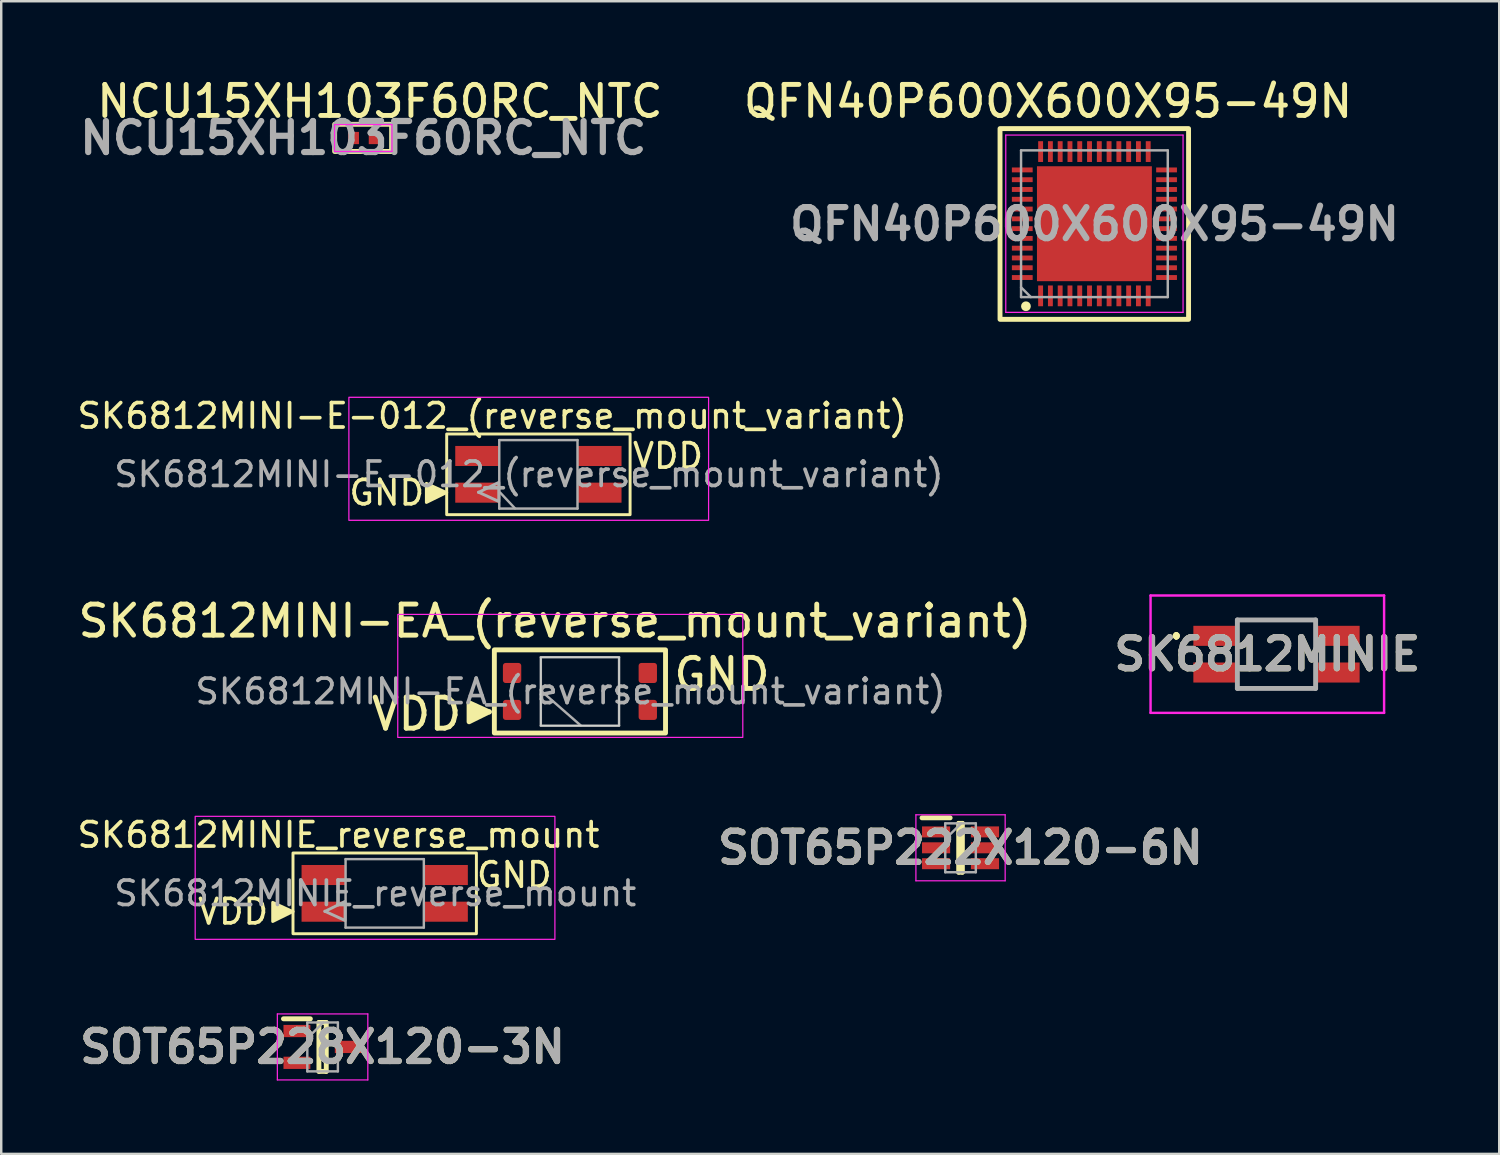
<source format=kicad_pcb>
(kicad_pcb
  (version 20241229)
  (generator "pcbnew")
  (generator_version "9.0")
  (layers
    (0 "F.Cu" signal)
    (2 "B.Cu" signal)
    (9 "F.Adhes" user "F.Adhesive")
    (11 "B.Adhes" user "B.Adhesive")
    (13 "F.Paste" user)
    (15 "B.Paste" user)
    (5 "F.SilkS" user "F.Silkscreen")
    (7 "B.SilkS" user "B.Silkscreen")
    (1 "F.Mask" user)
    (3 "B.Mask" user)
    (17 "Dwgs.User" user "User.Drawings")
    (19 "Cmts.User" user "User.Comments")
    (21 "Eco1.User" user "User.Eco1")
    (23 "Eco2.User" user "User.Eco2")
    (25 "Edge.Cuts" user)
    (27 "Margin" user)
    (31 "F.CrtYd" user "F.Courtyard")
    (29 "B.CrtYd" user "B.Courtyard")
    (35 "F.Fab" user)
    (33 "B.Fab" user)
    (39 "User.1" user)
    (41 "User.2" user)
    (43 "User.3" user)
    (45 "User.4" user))
  (footprint "SOT65P222X120-6N"
    (layer "F.Cu")
    (at 36.23 31.62)
    (property "Reference" "SOT65P222X120-6N" (at 0 0 0) (layer "F.SilkS") (effects (font (size 1.27 1.27) (thickness 0.254))))
    (attr smd)
    (fp_line (start -1.575 -1.225) (end -0.425 -1.225) (stroke (width 0.2) (type solid)) (layer "F.SilkS"))
    (fp_line (start -0.075 -1) (end 0.075 -1) (stroke (width 0.2) (type solid)) (layer "F.SilkS"))
    (fp_line (start -0.075 1) (end -0.075 -1) (stroke (width 0.2) (type solid)) (layer "F.SilkS"))
    (fp_line (start 0.075 -1) (end 0.075 1) (stroke (width 0.2) (type solid)) (layer "F.SilkS"))
    (fp_line (start 0.075 1) (end -0.075 1) (stroke (width 0.2) (type solid)) (layer "F.SilkS"))
    (fp_line (start -1.825 -1.35) (end 1.825 -1.35) (stroke (width 0.05) (type solid)) (layer "F.CrtYd"))
    (fp_line (start -1.825 1.35) (end -1.825 -1.35) (stroke (width 0.05) (type solid)) (layer "F.CrtYd"))
    (fp_line (start 1.825 -1.35) (end 1.825 1.35) (stroke (width 0.05) (type solid)) (layer "F.CrtYd"))
    (fp_line (start 1.825 1.35) (end -1.825 1.35) (stroke (width 0.05) (type solid)) (layer "F.CrtYd"))
    (fp_line (start -0.625 -1) (end 0.625 -1) (stroke (width 0.1) (type solid)) (layer "F.Fab"))
    (fp_line (start -0.625 -0.35) (end 0.025 -1) (stroke (width 0.1) (type solid)) (layer "F.Fab"))
    (fp_line (start -0.625 1) (end -0.625 -1) (stroke (width 0.1) (type solid)) (layer "F.Fab"))
    (fp_line (start 0.625 -1) (end 0.625 1) (stroke (width 0.1) (type solid)) (layer "F.Fab"))
    (fp_line (start 0.625 1) (end -0.625 1) (stroke (width 0.1) (type solid)) (layer "F.Fab"))
    (fp_text user "${REFERENCE}" (at 0 0 0) (layer "F.Fab") (effects (font (size 1.27 1.27) (thickness 0.254))))
    (pad "1" smd rect (at -1 -0.65 90) (size 0.45 1.15) (layers "F.Cu" "F.Mask" "F.Paste"))
    (pad "2" smd rect (at -1 0 90) (size 0.45 1.15) (layers "F.Cu" "F.Mask" "F.Paste"))
    (pad "3" smd rect (at -1 0.65 90) (size 0.45 1.15) (layers "F.Cu" "F.Mask" "F.Paste"))
    (pad "4" smd rect (at 1 0.65 90) (size 0.45 1.15) (layers "F.Cu" "F.Mask" "F.Paste"))
    (pad "5" smd rect (at 1 0 90) (size 0.45 1.15) (layers "F.Cu" "F.Mask" "F.Paste"))
    (pad "6" smd rect (at 1 -0.65 90) (size 0.45 1.15) (layers "F.Cu" "F.Mask" "F.Paste")))
  (footprint "SOT65P228X120-3N"
    (layer "F.Cu")
    (at 10.142 39.763)
    (property "Reference" "SOT65P228X120-3N" (at 0 0 0) (layer "F.SilkS") (effects (font (size 1.27 1.27) (thickness 0.254))))
    (attr smd)
    (fp_line (start -1.6 -1.15) (end -0.5 -1.15) (stroke (width 0.2) (type solid)) (layer "F.SilkS"))
    (fp_line (start -0.15 -1) (end 0.15 -1) (stroke (width 0.2) (type solid)) (layer "F.SilkS"))
    (fp_line (start -0.15 1) (end -0.15 -1) (stroke (width 0.2) (type solid)) (layer "F.SilkS"))
    (fp_line (start 0.15 -1) (end 0.15 1) (stroke (width 0.2) (type solid)) (layer "F.SilkS"))
    (fp_line (start 0.15 1) (end -0.15 1) (stroke (width 0.2) (type solid)) (layer "F.SilkS"))
    (fp_line (start -1.85 -1.35) (end 1.85 -1.35) (stroke (width 0.05) (type solid)) (layer "F.CrtYd"))
    (fp_line (start -1.85 1.35) (end -1.85 -1.35) (stroke (width 0.05) (type solid)) (layer "F.CrtYd"))
    (fp_line (start 1.85 -1.35) (end 1.85 1.35) (stroke (width 0.05) (type solid)) (layer "F.CrtYd"))
    (fp_line (start 1.85 1.35) (end -1.85 1.35) (stroke (width 0.05) (type solid)) (layer "F.CrtYd"))
    (fp_line (start -0.625 -1) (end 0.625 -1) (stroke (width 0.1) (type solid)) (layer "F.Fab"))
    (fp_line (start -0.625 -0.35) (end 0.025 -1) (stroke (width 0.1) (type solid)) (layer "F.Fab"))
    (fp_line (start -0.625 1) (end -0.625 -1) (stroke (width 0.1) (type solid)) (layer "F.Fab"))
    (fp_line (start 0.625 -1) (end 0.625 1) (stroke (width 0.1) (type solid)) (layer "F.Fab"))
    (fp_line (start 0.625 1) (end -0.625 1) (stroke (width 0.1) (type solid)) (layer "F.Fab"))
    (fp_text user "${REFERENCE}" (at 0 0 0) (layer "F.Fab") (effects (font (size 1.27 1.27) (thickness 0.254))))
    (pad "1" smd rect (at -1.05 -0.65 90) (size 0.5 1.1) (layers "F.Cu" "F.Mask" "F.Paste"))
    (pad "2" smd rect (at -1.05 0.65 90) (size 0.5 1.1) (layers "F.Cu" "F.Mask" "F.Paste"))
    (pad "3" smd rect (at 1.05 0 90) (size 0.5 1.1) (layers "F.Cu" "F.Mask" "F.Paste")))
  (footprint "QFN40P600X600X95-49N"
    (layer "F.Cu")
    (at 41.71 6.114)
    (property "Reference" "QFN40P600X600X95-49N" (at -1.9 -5.02 0) (layer "F.SilkS") (effects (font (size 1.27 1.27) (thickness 0.2))))
    (attr smd)
    (fp_rect (start -3.865 -3.905) (end 3.845 3.895) (stroke (width 0.2) (type default)) (fill no) (layer "F.SilkS"))
    (fp_circle (center -2.805 3.36) (end -2.705 3.36) (stroke (width 0.2) (type solid)) (fill no) (layer "F.SilkS"))
    (fp_line (start -3.63 -3.64) (end 3.62 -3.64) (stroke (width 0.05) (type solid)) (layer "F.CrtYd"))
    (fp_line (start -3.63 3.61) (end -3.63 -3.64) (stroke (width 0.05) (type solid)) (layer "F.CrtYd"))
    (fp_line (start 3.62 -3.64) (end 3.62 3.61) (stroke (width 0.05) (type solid)) (layer "F.CrtYd"))
    (fp_line (start 3.62 3.61) (end -3.63 3.61) (stroke (width 0.05) (type solid)) (layer "F.CrtYd"))
    (fp_line (start -3.005 -3.015) (end 2.995 -3.015) (stroke (width 0.1) (type solid)) (layer "F.Fab"))
    (fp_line (start -3.005 2.985) (end -3.005 -3.015) (stroke (width 0.1) (type solid)) (layer "F.Fab"))
    (fp_line (start -2.605 2.985) (end -3.005 2.585) (stroke (width 0.1) (type solid)) (layer "F.Fab"))
    (fp_line (start 2.995 -3.015) (end 2.995 2.985) (stroke (width 0.1) (type solid)) (layer "F.Fab"))
    (fp_line (start 2.995 2.985) (end -3.005 2.985) (stroke (width 0.1) (type solid)) (layer "F.Fab"))
    (fp_text user "${REFERENCE}" (at 0 0 0) (layer "F.Fab") (effects (font (size 1.27 1.27) (thickness 0.254))))
    (pad "1" smd rect (at -2.205 2.935 180) (size 0.2 0.85) (layers "F.Cu" "F.Mask" "F.Paste"))
    (pad "2" smd rect (at -1.805 2.935 180) (size 0.2 0.85) (layers "F.Cu" "F.Mask" "F.Paste"))
    (pad "3" smd rect (at -1.405 2.935 180) (size 0.2 0.85) (layers "F.Cu" "F.Mask" "F.Paste"))
    (pad "4" smd rect (at -1.005 2.935 180) (size 0.2 0.85) (layers "F.Cu" "F.Mask" "F.Paste"))
    (pad "5" smd rect (at -0.605 2.935 180) (size 0.2 0.85) (layers "F.Cu" "F.Mask" "F.Paste"))
    (pad "6" smd rect (at -0.205 2.935 180) (size 0.2 0.85) (layers "F.Cu" "F.Mask" "F.Paste"))
    (pad "7" smd rect (at 0.195 2.935 180) (size 0.2 0.85) (layers "F.Cu" "F.Mask" "F.Paste"))
    (pad "8" smd rect (at 0.595 2.935 180) (size 0.2 0.85) (layers "F.Cu" "F.Mask" "F.Paste"))
    (pad "9" smd rect (at 0.995 2.935 180) (size 0.2 0.85) (layers "F.Cu" "F.Mask" "F.Paste"))
    (pad "10" smd rect (at 1.395 2.935 180) (size 0.2 0.85) (layers "F.Cu" "F.Mask" "F.Paste"))
    (pad "11" smd rect (at 1.795 2.935 180) (size 0.2 0.85) (layers "F.Cu" "F.Mask" "F.Paste"))
    (pad "12" smd rect (at 2.195 2.935 180) (size 0.2 0.85) (layers "F.Cu" "F.Mask" "F.Paste"))
    (pad "13" smd rect (at 2.945 2.185 90) (size 0.2 0.85) (layers "F.Cu" "F.Mask" "F.Paste"))
    (pad "14" smd rect (at 2.945 1.785 90) (size 0.2 0.85) (layers "F.Cu" "F.Mask" "F.Paste"))
    (pad "15" smd rect (at 2.945 1.385 90) (size 0.2 0.85) (layers "F.Cu" "F.Mask" "F.Paste"))
    (pad "16" smd rect (at 2.945 0.985 90) (size 0.2 0.85) (layers "F.Cu" "F.Mask" "F.Paste"))
    (pad "17" smd rect (at 2.945 0.585 90) (size 0.2 0.85) (layers "F.Cu" "F.Mask" "F.Paste"))
    (pad "18" smd rect (at 2.945 0.185 90) (size 0.2 0.85) (layers "F.Cu" "F.Mask" "F.Paste"))
    (pad "19" smd rect (at 2.945 -0.215 90) (size 0.2 0.85) (layers "F.Cu" "F.Mask" "F.Paste"))
    (pad "20" smd rect (at 2.945 -0.615 90) (size 0.2 0.85) (layers "F.Cu" "F.Mask" "F.Paste"))
    (pad "21" smd rect (at 2.945 -1.015 90) (size 0.2 0.85) (layers "F.Cu" "F.Mask" "F.Paste"))
    (pad "22" smd rect (at 2.945 -1.415 90) (size 0.2 0.85) (layers "F.Cu" "F.Mask" "F.Paste"))
    (pad "23" smd rect (at 2.945 -1.815 90) (size 0.2 0.85) (layers "F.Cu" "F.Mask" "F.Paste"))
    (pad "24" smd rect (at 2.945 -2.215 90) (size 0.2 0.85) (layers "F.Cu" "F.Mask" "F.Paste"))
    (pad "25" smd rect (at 2.195 -2.965 180) (size 0.2 0.85) (layers "F.Cu" "F.Mask" "F.Paste"))
    (pad "26" smd rect (at 1.795 -2.965 180) (size 0.2 0.85) (layers "F.Cu" "F.Mask" "F.Paste"))
    (pad "27" smd rect (at 1.395 -2.965 180) (size 0.2 0.85) (layers "F.Cu" "F.Mask" "F.Paste"))
    (pad "28" smd rect (at 0.995 -2.965 180) (size 0.2 0.85) (layers "F.Cu" "F.Mask" "F.Paste"))
    (pad "29" smd rect (at 0.595 -2.965 180) (size 0.2 0.85) (layers "F.Cu" "F.Mask" "F.Paste"))
    (pad "30" smd rect (at 0.195 -2.965 180) (size 0.2 0.85) (layers "F.Cu" "F.Mask" "F.Paste"))
    (pad "31" smd rect (at -0.205 -2.965 180) (size 0.2 0.85) (layers "F.Cu" "F.Mask" "F.Paste"))
    (pad "32" smd rect (at -0.605 -2.965 180) (size 0.2 0.85) (layers "F.Cu" "F.Mask" "F.Paste"))
    (pad "33" smd rect (at -1.005 -2.965 180) (size 0.2 0.85) (layers "F.Cu" "F.Mask" "F.Paste"))
    (pad "34" smd rect (at -1.405 -2.965 180) (size 0.2 0.85) (layers "F.Cu" "F.Mask" "F.Paste"))
    (pad "35" smd rect (at -1.805 -2.965 180) (size 0.2 0.85) (layers "F.Cu" "F.Mask" "F.Paste"))
    (pad "36" smd rect (at -2.205 -2.965 180) (size 0.2 0.85) (layers "F.Cu" "F.Mask" "F.Paste"))
    (pad "37" smd rect (at -2.955 -2.215 90) (size 0.2 0.85) (layers "F.Cu" "F.Mask" "F.Paste"))
    (pad "38" smd rect (at -2.955 -1.815 90) (size 0.2 0.85) (layers "F.Cu" "F.Mask" "F.Paste"))
    (pad "39" smd rect (at -2.955 -1.415 90) (size 0.2 0.85) (layers "F.Cu" "F.Mask" "F.Paste"))
    (pad "40" smd rect (at -2.955 -1.015 90) (size 0.2 0.85) (layers "F.Cu" "F.Mask" "F.Paste"))
    (pad "41" smd rect (at -2.955 -0.615 90) (size 0.2 0.85) (layers "F.Cu" "F.Mask" "F.Paste"))
    (pad "42" smd rect (at -2.955 -0.215 90) (size 0.2 0.85) (layers "F.Cu" "F.Mask" "F.Paste"))
    (pad "43" smd rect (at -2.955 0.185 90) (size 0.2 0.85) (layers "F.Cu" "F.Mask" "F.Paste"))
    (pad "44" smd rect (at -2.955 0.585 90) (size 0.2 0.85) (layers "F.Cu" "F.Mask" "F.Paste"))
    (pad "45" smd rect (at -2.955 0.985 90) (size 0.2 0.85) (layers "F.Cu" "F.Mask" "F.Paste"))
    (pad "46" smd rect (at -2.955 1.385 90) (size 0.2 0.85) (layers "F.Cu" "F.Mask" "F.Paste"))
    (pad "47" smd rect (at -2.955 1.785 90) (size 0.2 0.85) (layers "F.Cu" "F.Mask" "F.Paste"))
    (pad "48" smd rect (at -2.955 2.185 90) (size 0.2 0.85) (layers "F.Cu" "F.Mask" "F.Paste"))
    (pad "49" smd rect (at -0.005 -0.015 90) (size 4.7 4.7) (layers "F.Cu" "F.Mask" "F.Paste")))
  (footprint "SK6812MINI-E-012_(reverse_mount_variant)"
    (layer "F.Cu")
    (at 18.967 16.347)
    (property "Reference" "SK6812MINI-E-012_(reverse_mount_variant)" (at -1.89 -2.39 0) (layer "F.SilkS") (effects (font (size 1 1) (thickness 0.15))))
    (attr smd)
    (fp_rect (start -3.75 -1.65) (end 3.75 1.65) (stroke (width 0.12) (type default)) (fill no) (layer "F.SilkS"))
    (fp_poly (pts (xy -3.75 0.75) (xy -4.58 0.37) (xy -4.58 1.15) (xy -3.75 0.74)) (stroke (width 0.12) (type solid)) (fill yes) (layer "F.SilkS"))
    (fp_rect (start -7.75 -3.15) (end 6.96 1.88) (stroke (width 0.05) (type default)) (fill no) (layer "F.CrtYd"))
    (fp_line (start -1.6 -1.4) (end 1.6 -1.4) (stroke (width 0.1) (type solid)) (layer "F.Fab"))
    (fp_line (start -1.6 1.4) (end -1.6 -1.4) (stroke (width 0.1) (type solid)) (layer "F.Fab"))
    (fp_line (start -1.56 0.75) (end -0.96 1.39) (stroke (width 0.1) (type default)) (layer "F.Fab"))
    (fp_line (start 1.6 -1.4) (end 1.6 1.4) (stroke (width 0.1) (type solid)) (layer "F.Fab"))
    (fp_line (start 1.6 1.4) (end -1.6 1.4) (stroke (width 0.1) (type solid)) (layer "F.Fab"))
    (fp_poly (pts (xy -2.45 0.73) (xy -1.62 1.11) (xy -1.62 0.33) (xy -2.45 0.74)) (stroke (width 0.12) (type solid)) (fill no) (layer "F.Fab"))
    (fp_text user "VDD" (at 5.3 -0.75 0) (unlocked yes) (layer "F.SilkS") (effects (font (size 1 1) (thickness 0.15))))
    (fp_text user "GND" (at -6.2 0.75 0) (unlocked yes) (layer "F.SilkS") (effects (font (size 1 1) (thickness 0.15))))
    (fp_text user "${REFERENCE}" (at -0.385 0 0) (layer "F.Fab") (effects (font (size 1 1) (thickness 0.15))))
    (pad "1" smd rect (at 2.5 -0.75) (size 1.8 0.82) (layers "F.Cu" "F.Mask" "F.Paste"))
    (pad "2" smd rect (at 2.5 0.75) (size 1.8 0.82) (layers "F.Cu" "F.Mask" "F.Paste"))
    (pad "3" smd rect (at -2.5 0.75) (size 1.8 0.82) (layers "F.Cu" "F.Mask" "F.Paste"))
    (pad "4" smd rect (at -2.5 -0.75) (size 1.8 0.82) (layers "F.Cu" "F.Mask" "F.Paste")))
  (footprint "SK6812MINI-EA_(reverse_mount_variant)"
    (layer "F.Cu")
    (at 20.666 25.226)
    (property "Reference" "SK6812MINI-EA_(reverse_mount_variant)" (at -1.02 -2.88 0) (layer "F.SilkS") (effects (font (size 1.27 1.27) (thickness 0.2))))
    (attr smd)
    (fp_rect (start -3.5 -1.7) (end 3.5 1.7) (stroke (width 0.2) (type default)) (fill no) (layer "F.SilkS"))
    (fp_poly (pts (xy -3.704 0.84) (xy -4.534 0.46) (xy -4.534 1.24) (xy -3.704 0.83)) (stroke (width 0.2) (type solid)) (fill yes) (layer "F.SilkS"))
    (fp_rect (start -1.6 -1.4) (end 1.6 1.4) (stroke (width 0.05) (type default)) (fill no) (layer "Edge.Cuts"))
    (fp_rect (start -7.45 -3.15) (end 6.66 1.88) (stroke (width 0.05) (type default)) (fill no) (layer "F.CrtYd"))
    (fp_line (start -1.6 -1.4) (end 1.6 -1.4) (stroke (width 0.1) (type solid)) (layer "F.Fab"))
    (fp_line (start -1.6 1.4) (end -1.6 -1.4) (stroke (width 0.1) (type solid)) (layer "F.Fab"))
    (fp_line (start 0.04 1.399) (end -1.56 0.001) (stroke (width 0.1) (type default)) (layer "F.Fab"))
    (fp_line (start 1.6 -1.4) (end 1.6 1.4) (stroke (width 0.1) (type solid)) (layer "F.Fab"))
    (fp_line (start 1.6 1.4) (end -1.6 1.4) (stroke (width 0.1) (type solid)) (layer "F.Fab"))
    (fp_text user "VDD" (at -8.625 0.925 0) (unlocked yes) (layer "F.SilkS") (effects (font (size 1.27 1.27) (thickness 0.2)) (justify left)))
    (fp_text user "GND" (at 7.875 -0.7 0) (unlocked yes) (layer "F.SilkS") (effects (font (size 1.27 1.27) (thickness 0.2)) (justify right)))
    (fp_text user "${REFERENCE}" (at -0.385 0 0) (layer "F.Fab") (effects (font (size 1 1) (thickness 0.15))))
    (pad "1" smd roundrect (at -2.775 0.755 180) (size 0.75 0.82) (layers "F.Cu" "F.Mask" "F.Paste") (roundrect_rratio 0.15))
    (pad "2" smd roundrect (at -2.775 -0.755 180) (size 0.75 0.82) (layers "F.Cu" "F.Mask" "F.Paste") (roundrect_rratio 0.15))
    (pad "3" smd roundrect (at 2.775 -0.755 180) (size 0.75 0.82) (layers "F.Cu" "F.Mask" "F.Paste") (roundrect_rratio 0.15))
    (pad "4" smd roundrect (at 2.775 0.755 180) (size 0.75 0.82) (layers "F.Cu" "F.Mask" "F.Paste") (roundrect_rratio 0.15)))
  (footprint "NCU15XH103F60RC_NTC"
    (layer "F.Cu")
    (at 11.805 2.594)
    (property "Reference" "NCU15XH103F60RC_NTC" (at 0.68 -1.5 0) (layer "F.SilkS") (effects (font (size 1.27 1.27) (thickness 0.2))))
    (attr smd)
    (fp_rect (start -1.17 -0.56) (end 1.16 0.55) (stroke (width 0.2) (type default)) (fill no) (layer "F.SilkS"))
    (fp_line (start -1.175 -0.55) (end 1.175 -0.55) (stroke (width 0.05) (type solid)) (layer "F.CrtYd"))
    (fp_line (start -1.175 0.55) (end -1.175 -0.55) (stroke (width 0.05) (type solid)) (layer "F.CrtYd"))
    (fp_line (start 1.175 -0.55) (end 1.175 0.55) (stroke (width 0.05) (type solid)) (layer "F.CrtYd"))
    (fp_line (start 1.175 0.55) (end -1.175 0.55) (stroke (width 0.05) (type solid)) (layer "F.CrtYd"))
    (fp_rect (start -1.17 -0.58) (end 1.17 0.56) (stroke (width 0.1) (type default)) (fill no) (layer "F.Fab"))
    (fp_text user "${REFERENCE}" (at 0 0 0) (layer "F.Fab") (effects (font (size 1.27 1.27) (thickness 0.254))))
    (pad "1" smd rect (at -0.4 0) (size 0.45 0.5) (layers "F.Cu" "F.Mask" "F.Paste"))
    (pad "2" smd rect (at 0.45 0) (size 0.45 0.5) (layers "F.Cu" "F.Mask" "F.Paste")))
  (footprint "SK6812MINIE_reverse_mount"
    (layer "F.Cu")
    (at 12.682 33.483)
    (property "Reference" "SK6812MINIE_reverse_mount" (at -1.89 -2.39 0) (layer "F.SilkS") (effects (font (size 1 1) (thickness 0.15))))
    (attr smd)
    (fp_rect (start -3.75 -1.65) (end 3.75 1.65) (stroke (width 0.12) (type default)) (fill no) (layer "F.SilkS"))
    (fp_poly (pts (xy -3.75 0.75) (xy -4.58 0.37) (xy -4.58 1.15) (xy -3.75 0.74)) (stroke (width 0.12) (type solid)) (fill yes) (layer "F.SilkS"))
    (fp_rect (start -7.75 -3.15) (end 6.96 1.88) (stroke (width 0.05) (type default)) (fill no) (layer "F.CrtYd"))
    (fp_line (start -1.6 -1.4) (end 1.6 -1.4) (stroke (width 0.1) (type solid)) (layer "F.Fab"))
    (fp_line (start -1.6 1.4) (end -1.6 -1.4) (stroke (width 0.1) (type solid)) (layer "F.Fab"))
    (fp_line (start 1.6 -1.4) (end 1.6 1.4) (stroke (width 0.1) (type solid)) (layer "F.Fab"))
    (fp_line (start 1.6 1.4) (end -1.6 1.4) (stroke (width 0.1) (type solid)) (layer "F.Fab"))
    (fp_poly (pts (xy -2.45 0.73) (xy -1.62 1.11) (xy -1.62 0.33) (xy -2.45 0.74)) (stroke (width 0.12) (type solid)) (fill no) (layer "F.Fab"))
    (fp_text user "GND" (at 5.3 -0.75 0) (unlocked yes) (layer "F.SilkS") (effects (font (size 1 1) (thickness 0.15))))
    (fp_text user "VDD" (at -6.2 0.75 0) (unlocked yes) (layer "F.SilkS") (effects (font (size 1 1) (thickness 0.15))))
    (fp_text user "${REFERENCE}" (at -0.385 0 0) (layer "F.Fab") (effects (font (size 1 1) (thickness 0.15))))
    (pad "1" smd rect (at -2.5 0.75 270) (size 0.82 1.8) (layers "F.Cu" "F.Mask" "F.Paste"))
    (pad "2" smd rect (at -2.5 -0.75 270) (size 0.82 1.8) (layers "F.Cu" "F.Mask" "F.Paste"))
    (pad "3" smd rect (at 2.5 -0.75 270) (size 0.82 1.8) (layers "F.Cu" "F.Mask" "F.Paste"))
    (pad "4" smd rect (at 2.5 0.75 270) (size 0.82 1.8) (layers "F.Cu" "F.Mask" "F.Paste")))
  (footprint "SK6812MINIE"
    (layer "F.Cu")
    (at 49.151 23.702)
    (property "Reference" "SK6812MINIE" (at -0.375 0 0) (layer "F.SilkS") (effects (font (size 1.27 1.27) (thickness 0.254))))
    (attr smd)
    (fp_line (start -4.1 -0.8) (end -4.1 -0.8) (stroke (width 0.2) (type solid)) (layer "F.SilkS"))
    (fp_line (start -4.1 -0.7) (end -4.1 -0.7) (stroke (width 0.2) (type solid)) (layer "F.SilkS"))
    (fp_line (start -4.1 -0.7) (end -4.1 -0.7) (stroke (width 0.2) (type solid)) (layer "F.SilkS"))
    (fp_line (start -1.25 -1.4) (end -1.25 -1.4) (stroke (width 0.1) (type solid)) (layer "F.SilkS"))
    (fp_line (start -1.25 -1.4) (end 1.25 -1.4) (stroke (width 0.1) (type solid)) (layer "F.SilkS"))
    (fp_line (start -1.25 1.4) (end -1.25 1.4) (stroke (width 0.1) (type solid)) (layer "F.SilkS"))
    (fp_line (start -1.25 1.4) (end 1.25 1.4) (stroke (width 0.1) (type solid)) (layer "F.SilkS"))
    (fp_line (start 1.25 -1.4) (end -1.25 -1.4) (stroke (width 0.1) (type solid)) (layer "F.SilkS"))
    (fp_line (start 1.25 -1.4) (end 1.25 -1.4) (stroke (width 0.1) (type solid)) (layer "F.SilkS"))
    (fp_line (start 1.25 1.4) (end -1.25 1.4) (stroke (width 0.1) (type solid)) (layer "F.SilkS"))
    (fp_line (start 1.25 1.4) (end 1.25 1.4) (stroke (width 0.1) (type solid)) (layer "F.SilkS"))
    (fp_arc (start -4.1 -0.8) (mid -4.05 -0.75) (end -4.1 -0.7) (stroke (width 0.2) (type solid)) (layer "F.SilkS"))
    (fp_arc (start -4.1 -0.8) (mid -4.05 -0.75) (end -4.1 -0.7) (stroke (width 0.2) (type solid)) (layer "F.SilkS"))
    (fp_arc (start -4.1 -0.7) (mid -4.15 -0.75) (end -4.1 -0.8) (stroke (width 0.2) (type solid)) (layer "F.SilkS"))
    (fp_line (start -5.15 -2.4) (end 4.4 -2.4) (stroke (width 0.1) (type solid)) (layer "F.CrtYd"))
    (fp_line (start -5.15 2.4) (end -5.15 -2.4) (stroke (width 0.1) (type solid)) (layer "F.CrtYd"))
    (fp_line (start 4.4 -2.4) (end 4.4 2.4) (stroke (width 0.1) (type solid)) (layer "F.CrtYd"))
    (fp_line (start 4.4 2.4) (end -5.15 2.4) (stroke (width 0.1) (type solid)) (layer "F.CrtYd"))
    (fp_line (start -1.6 -1.4) (end -1.6 1.4) (stroke (width 0.2) (type solid)) (layer "F.Fab"))
    (fp_line (start -1.6 1.4) (end 1.6 1.4) (stroke (width 0.2) (type solid)) (layer "F.Fab"))
    (fp_line (start 1.6 -1.4) (end -1.6 -1.4) (stroke (width 0.2) (type solid)) (layer "F.Fab"))
    (fp_line (start 1.6 1.4) (end 1.6 -1.4) (stroke (width 0.2) (type solid)) (layer "F.Fab"))
    (fp_text user "${REFERENCE}" (at -0.375 0 0) (layer "F.Fab") (effects (font (size 1.27 1.27) (thickness 0.254))))
    (pad "1" smd rect (at -2.5 -0.75 90) (size 0.82 1.8) (layers "F.Cu" "F.Mask" "F.Paste"))
    (pad "2" smd rect (at -2.5 0.75 90) (size 0.82 1.8) (layers "F.Cu" "F.Mask" "F.Paste"))
    (pad "3" smd rect (at 2.5 0.75 90) (size 0.82 1.8) (layers "F.Cu" "F.Mask" "F.Paste"))
    (pad "4" smd rect (at 2.5 -0.75 90) (size 0.82 1.8) (layers "F.Cu" "F.Mask" "F.Paste")))
  (gr_rect
    (start -3 -3)
    (end 58.259 44.138)
    (stroke (width 0.1) (type default))
    (fill no)
    (layer "Edge.Cuts")))
</source>
